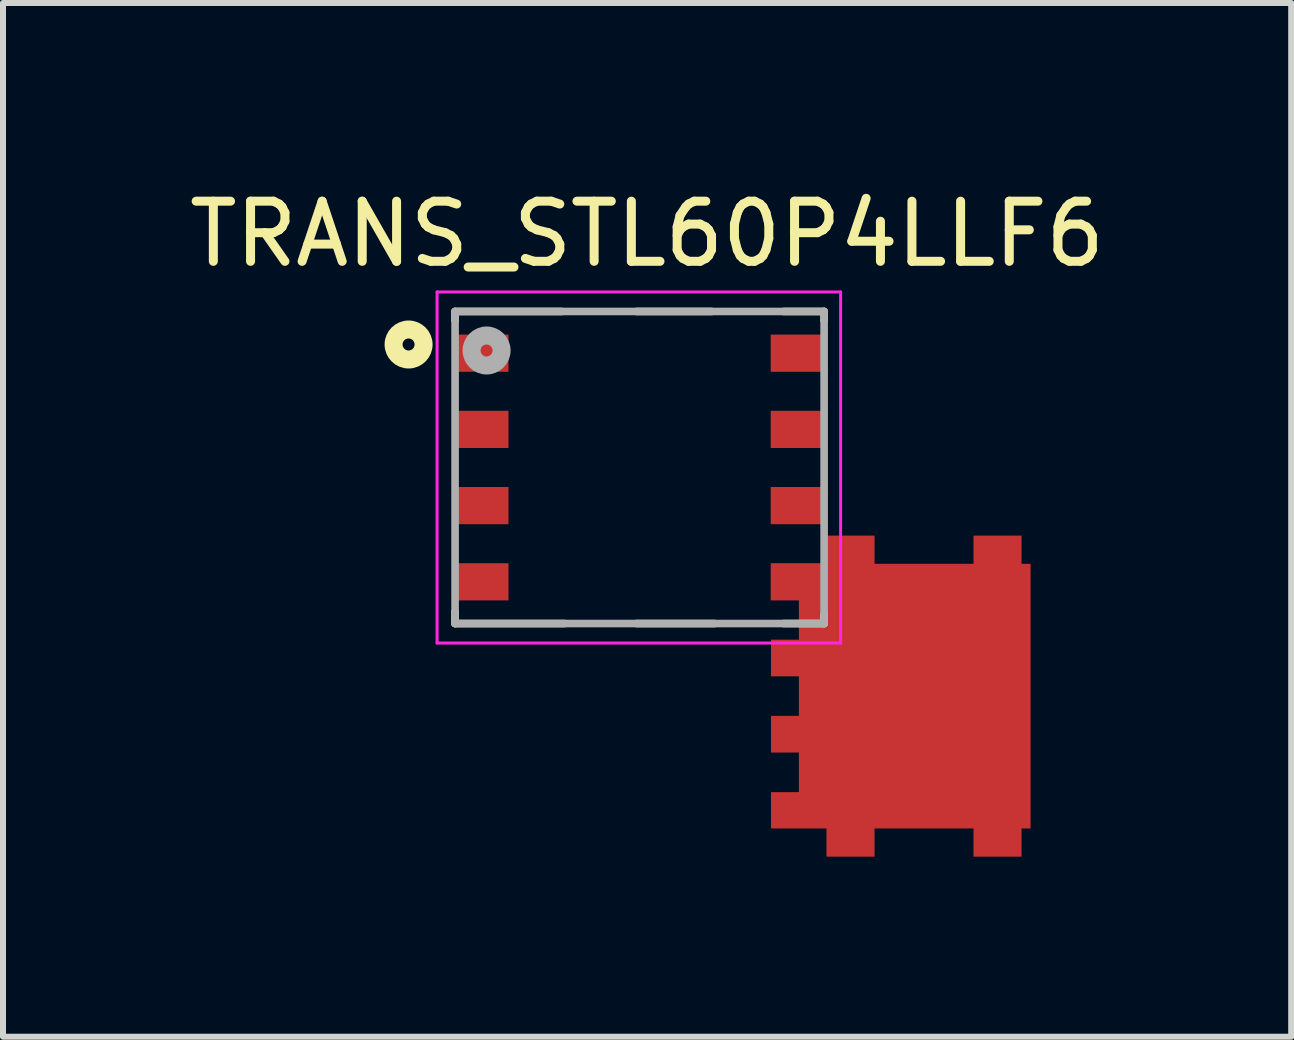
<source format=kicad_pcb>
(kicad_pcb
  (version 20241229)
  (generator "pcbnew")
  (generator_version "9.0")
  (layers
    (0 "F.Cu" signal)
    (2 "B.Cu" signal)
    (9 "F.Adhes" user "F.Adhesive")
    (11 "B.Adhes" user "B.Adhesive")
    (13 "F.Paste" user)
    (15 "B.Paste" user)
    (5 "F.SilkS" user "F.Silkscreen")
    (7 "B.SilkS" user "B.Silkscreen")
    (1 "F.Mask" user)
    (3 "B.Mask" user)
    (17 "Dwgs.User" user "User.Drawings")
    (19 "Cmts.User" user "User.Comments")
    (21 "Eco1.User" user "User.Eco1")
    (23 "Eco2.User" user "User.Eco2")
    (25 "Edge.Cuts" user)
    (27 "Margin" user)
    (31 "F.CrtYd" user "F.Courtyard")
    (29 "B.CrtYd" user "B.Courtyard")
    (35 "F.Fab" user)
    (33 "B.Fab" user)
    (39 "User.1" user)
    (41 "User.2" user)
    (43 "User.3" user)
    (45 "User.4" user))
  (footprint "TRANS_STL60P4LLF6"
    (layer "F.Cu")
    (at 7.609 4.741)
    (property "Reference" "TRANS_STL60P4LLF6" (at 0.125 -3.892 0) (layer "F.SilkS") (effects (font (size 1.002 1.002) (thickness 0.15))))
    (attr smd)
    (fp_poly (pts (xy -1.302 -2.3) (xy 2.75 -2.3) (xy 2.75 2.303) (xy -1.302 2.303)) (stroke (width 0.01) (type solid)) (fill yes) (layer "F.Mask"))
    (fp_poly (pts (xy -1.101 -2.75) (xy -0.2 -2.75) (xy -0.2 -2.253) (xy -1.101 -2.253)) (stroke (width 0.01) (type solid)) (fill yes) (layer "F.Mask"))
    (fp_poly (pts (xy -1.101 2.25) (xy -0.2 2.25) (xy -0.2 2.752) (xy -1.101 2.752)) (stroke (width 0.01) (type solid)) (fill yes) (layer "F.Mask"))
    (fp_poly (pts (xy 1.35 -2.75) (xy 2.25 -2.75) (xy 2.25 -2.251) (xy 1.35 -2.251)) (stroke (width 0.01) (type solid)) (fill yes) (layer "F.Mask"))
    (fp_poly (pts (xy 1.351 2.25) (xy 2.25 2.25) (xy 2.25 2.752) (xy 1.351 2.752)) (stroke (width 0.01) (type solid)) (fill yes) (layer "F.Mask"))
    (fp_line (start -3.075 -2.6) (end -3.075 -2.45) (stroke (width 0.127) (type solid)) (layer "F.SilkS"))
    (fp_line (start -3.075 -2.6) (end -1.3 -2.6) (stroke (width 0.127) (type solid)) (layer "F.SilkS"))
    (fp_line (start -3.075 2.4) (end -3.075 2.6) (stroke (width 0.127) (type solid)) (layer "F.SilkS"))
    (fp_line (start -3.075 2.6) (end -1.25 2.6) (stroke (width 0.127) (type solid)) (layer "F.SilkS"))
    (fp_line (start -0.05 -2.6) (end 1.2 -2.6) (stroke (width 0.127) (type solid)) (layer "F.SilkS"))
    (fp_line (start 1.25 2.6) (end -0.05 2.6) (stroke (width 0.127) (type solid)) (layer "F.SilkS"))
    (fp_line (start 2.4 -2.6) (end 3.075 -2.6) (stroke (width 0.127) (type solid)) (layer "F.SilkS"))
    (fp_line (start 3.075 -2.6) (end 3.075 -2.45) (stroke (width 0.127) (type solid)) (layer "F.SilkS"))
    (fp_line (start 3.075 2.45) (end 3.075 2.6) (stroke (width 0.127) (type solid)) (layer "F.SilkS"))
    (fp_line (start 3.075 2.6) (end 2.4 2.6) (stroke (width 0.127) (type solid)) (layer "F.SilkS"))
    (fp_circle (center -3.85 -2.05) (end -3.75 -2.05) (stroke (width 0.3) (type solid)) (fill no) (layer "F.SilkS"))
    (fp_poly (pts (xy -0.701 -1.55) (xy 1.7 -1.55) (xy 1.7 1.552) (xy -0.701 1.552)) (stroke (width 0.01) (type solid)) (fill yes) (layer "F.Paste"))
    (fp_line (start -3.375 -2.925) (end 3.35 -2.925) (stroke (width 0.05) (type solid)) (layer "F.CrtYd"))
    (fp_line (start -3.375 2.925) (end -3.375 -2.925) (stroke (width 0.05) (type solid)) (layer "F.CrtYd"))
    (fp_line (start 3.35 -2.925) (end 3.35 2.925) (stroke (width 0.05) (type solid)) (layer "F.CrtYd"))
    (fp_line (start 3.35 2.925) (end -3.375 2.925) (stroke (width 0.05) (type solid)) (layer "F.CrtYd"))
    (fp_line (start -3.075 -2.6) (end 3.075 -2.6) (stroke (width 0.127) (type solid)) (layer "F.Fab"))
    (fp_line (start -3.075 2.6) (end -3.075 -2.6) (stroke (width 0.127) (type solid)) (layer "F.Fab"))
    (fp_line (start 3.075 -2.6) (end 3.075 2.6) (stroke (width 0.127) (type solid)) (layer "F.Fab"))
    (fp_line (start 3.075 2.6) (end -3.075 2.6) (stroke (width 0.127) (type solid)) (layer "F.Fab"))
    (fp_circle (center -2.55 -1.95) (end -2.45 -1.95) (stroke (width 0.3) (type solid)) (fill no) (layer "F.Fab"))
    (pad "1" smd rect (at -2.655 -1.905) (size 0.94 0.62) (layers "F.Cu" "F.Mask" "F.Paste"))
    (pad "2" smd rect (at -2.655 -0.635) (size 0.94 0.62) (layers "F.Cu" "F.Mask" "F.Paste"))
    (pad "3" smd rect (at -2.655 0.635) (size 0.94 0.62) (layers "F.Cu" "F.Mask" "F.Paste"))
    (pad "4" smd rect (at -2.655 1.905) (size 0.94 0.62) (layers "F.Cu" "F.Mask" "F.Paste"))
    (pad "5" smd custom (at 2.655 1.905 180) (size 0.94 0.62) (layers "F.Cu" "F.Mask" "F.Paste") (options (anchor rect)) (primitives (gr_poly (pts (xy 0.465 -4.11) (xy 0.465 -3.505) (xy 0 -3.505) (xy 0 -2.845) (xy 0.465 -2.845) (xy 0.465 -2.235) (xy 0 -2.235) (xy 0 -1.575) (xy 0.465 -1.575) (xy 0.465 -0.965) (xy 0 -0.965) (xy 0 -0.305) (xy 0.465 -0.305) (xy 0.465 0.3) (xy -0.46 0.3) (xy -0.46 0.77) (xy -1.26 0.77) (xy -1.26 0.3) (xy -2.91 0.3) (xy -2.91 0.77) (xy -3.71 0.77) (xy -3.71 0.3) (xy -3.86 0.3) (xy -3.86 -4.11) (xy -3.71 -4.11) (xy -3.71 -4.58) (xy -2.91 -4.58) (xy -2.91 -4.11) (xy -1.26 -4.11) (xy -1.26 -4.58) (xy -0.46 -4.58) (xy -0.46 -4.11)) (width 0.001) (fill yes))))
    (pad "6" smd rect (at 2.655 0.635 180) (size 0.94 0.62) (layers "F.Cu" "F.Mask" "F.Paste"))
    (pad "7" smd rect (at 2.655 -0.635 180) (size 0.94 0.62) (layers "F.Cu" "F.Mask" "F.Paste"))
    (pad "8" smd rect (at 2.655 -1.905 180) (size 0.94 0.62) (layers "F.Cu" "F.Mask" "F.Paste")))
  (gr_rect
    (start -3 -3)
    (end 18.468 14.227)
    (stroke (width 0.1) (type default))
    (fill no)
    (layer "Edge.Cuts")))
</source>
